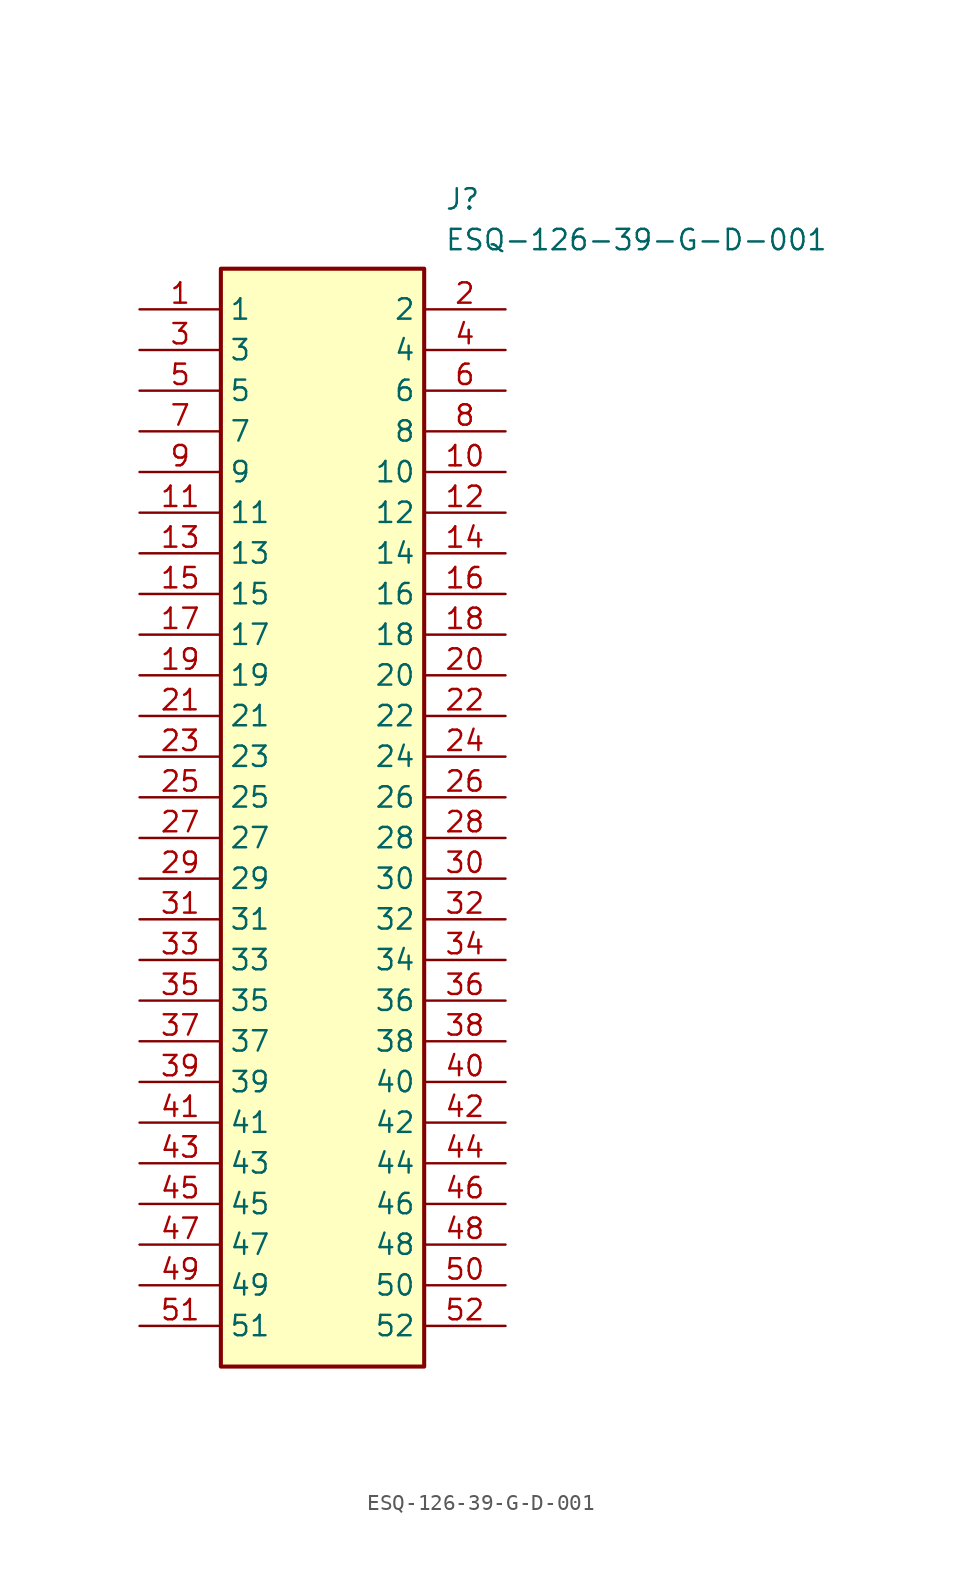
<source format=kicad_sym>
(kicad_symbol_lib
  (version 20241209)
  (generator "kicad_symbol_editor")
  (generator_version "9.0")
  (symbol "ESQ-126-39-G-D-001"
    (property "Reference" "J"
      (at 19.05 7.62 0)
      (effects (font (size 1.27 1.27)) (justify left top)))
    (property "Value" "ESQ-126-39-G-D-001"
      (at 19.05 5.08 0)
      (effects (font (size 1.27 1.27)) (justify left top)))
    (symbol "ESQ-126-39-G-D-001_1_1"
      (rectangle (start 5.08 2.54) (end 17.78 -66.04) (stroke (width 0.254) (type default)) (fill (type background)))
      (pin passive line (at 0 0 0) (length 5.08) (name "1" (effects (font (size 1.27 1.27)))) (number "1" (effects (font (size 1.27 1.27)))))
      (pin passive line (at 0 -2.54 0) (length 5.08) (name "3" (effects (font (size 1.27 1.27)))) (number "3" (effects (font (size 1.27 1.27)))))
      (pin passive line (at 0 -5.08 0) (length 5.08) (name "5" (effects (font (size 1.27 1.27)))) (number "5" (effects (font (size 1.27 1.27)))))
      (pin passive line (at 0 -7.62 0) (length 5.08) (name "7" (effects (font (size 1.27 1.27)))) (number "7" (effects (font (size 1.27 1.27)))))
      (pin passive line (at 0 -10.16 0) (length 5.08) (name "9" (effects (font (size 1.27 1.27)))) (number "9" (effects (font (size 1.27 1.27)))))
      (pin passive line (at 0 -12.7 0) (length 5.08) (name "11" (effects (font (size 1.27 1.27)))) (number "11" (effects (font (size 1.27 1.27)))))
      (pin passive line (at 0 -15.24 0) (length 5.08) (name "13" (effects (font (size 1.27 1.27)))) (number "13" (effects (font (size 1.27 1.27)))))
      (pin passive line (at 0 -17.78 0) (length 5.08) (name "15" (effects (font (size 1.27 1.27)))) (number "15" (effects (font (size 1.27 1.27)))))
      (pin passive line (at 0 -20.32 0) (length 5.08) (name "17" (effects (font (size 1.27 1.27)))) (number "17" (effects (font (size 1.27 1.27)))))
      (pin passive line (at 0 -22.86 0) (length 5.08) (name "19" (effects (font (size 1.27 1.27)))) (number "19" (effects (font (size 1.27 1.27)))))
      (pin passive line (at 0 -25.4 0) (length 5.08) (name "21" (effects (font (size 1.27 1.27)))) (number "21" (effects (font (size 1.27 1.27)))))
      (pin passive line (at 0 -27.94 0) (length 5.08) (name "23" (effects (font (size 1.27 1.27)))) (number "23" (effects (font (size 1.27 1.27)))))
      (pin passive line (at 0 -30.48 0) (length 5.08) (name "25" (effects (font (size 1.27 1.27)))) (number "25" (effects (font (size 1.27 1.27)))))
      (pin passive line (at 0 -33.02 0) (length 5.08) (name "27" (effects (font (size 1.27 1.27)))) (number "27" (effects (font (size 1.27 1.27)))))
      (pin passive line (at 0 -35.56 0) (length 5.08) (name "29" (effects (font (size 1.27 1.27)))) (number "29" (effects (font (size 1.27 1.27)))))
      (pin passive line (at 0 -38.1 0) (length 5.08) (name "31" (effects (font (size 1.27 1.27)))) (number "31" (effects (font (size 1.27 1.27)))))
      (pin passive line (at 0 -40.64 0) (length 5.08) (name "33" (effects (font (size 1.27 1.27)))) (number "33" (effects (font (size 1.27 1.27)))))
      (pin passive line (at 0 -43.18 0) (length 5.08) (name "35" (effects (font (size 1.27 1.27)))) (number "35" (effects (font (size 1.27 1.27)))))
      (pin passive line (at 0 -45.72 0) (length 5.08) (name "37" (effects (font (size 1.27 1.27)))) (number "37" (effects (font (size 1.27 1.27)))))
      (pin passive line (at 0 -48.26 0) (length 5.08) (name "39" (effects (font (size 1.27 1.27)))) (number "39" (effects (font (size 1.27 1.27)))))
      (pin passive line (at 0 -50.8 0) (length 5.08) (name "41" (effects (font (size 1.27 1.27)))) (number "41" (effects (font (size 1.27 1.27)))))
      (pin passive line (at 0 -53.34 0) (length 5.08) (name "43" (effects (font (size 1.27 1.27)))) (number "43" (effects (font (size 1.27 1.27)))))
      (pin passive line (at 0 -55.88 0) (length 5.08) (name "45" (effects (font (size 1.27 1.27)))) (number "45" (effects (font (size 1.27 1.27)))))
      (pin passive line (at 0 -58.42 0) (length 5.08) (name "47" (effects (font (size 1.27 1.27)))) (number "47" (effects (font (size 1.27 1.27)))))
      (pin passive line (at 0 -60.96 0) (length 5.08) (name "49" (effects (font (size 1.27 1.27)))) (number "49" (effects (font (size 1.27 1.27)))))
      (pin passive line (at 0 -63.5 0) (length 5.08) (name "51" (effects (font (size 1.27 1.27)))) (number "51" (effects (font (size 1.27 1.27)))))
      (pin passive line (at 22.86 0 180) (length 5.08) (name "2" (effects (font (size 1.27 1.27)))) (number "2" (effects (font (size 1.27 1.27)))))
      (pin passive line (at 22.86 -2.54 180) (length 5.08) (name "4" (effects (font (size 1.27 1.27)))) (number "4" (effects (font (size 1.27 1.27)))))
      (pin passive line (at 22.86 -5.08 180) (length 5.08) (name "6" (effects (font (size 1.27 1.27)))) (number "6" (effects (font (size 1.27 1.27)))))
      (pin passive line (at 22.86 -7.62 180) (length 5.08) (name "8" (effects (font (size 1.27 1.27)))) (number "8" (effects (font (size 1.27 1.27)))))
      (pin passive line (at 22.86 -10.16 180) (length 5.08) (name "10" (effects (font (size 1.27 1.27)))) (number "10" (effects (font (size 1.27 1.27)))))
      (pin passive line (at 22.86 -12.7 180) (length 5.08) (name "12" (effects (font (size 1.27 1.27)))) (number "12" (effects (font (size 1.27 1.27)))))
      (pin passive line (at 22.86 -15.24 180) (length 5.08) (name "14" (effects (font (size 1.27 1.27)))) (number "14" (effects (font (size 1.27 1.27)))))
      (pin passive line (at 22.86 -17.78 180) (length 5.08) (name "16" (effects (font (size 1.27 1.27)))) (number "16" (effects (font (size 1.27 1.27)))))
      (pin passive line (at 22.86 -20.32 180) (length 5.08) (name "18" (effects (font (size 1.27 1.27)))) (number "18" (effects (font (size 1.27 1.27)))))
      (pin passive line (at 22.86 -22.86 180) (length 5.08) (name "20" (effects (font (size 1.27 1.27)))) (number "20" (effects (font (size 1.27 1.27)))))
      (pin passive line (at 22.86 -25.4 180) (length 5.08) (name "22" (effects (font (size 1.27 1.27)))) (number "22" (effects (font (size 1.27 1.27)))))
      (pin passive line (at 22.86 -27.94 180) (length 5.08) (name "24" (effects (font (size 1.27 1.27)))) (number "24" (effects (font (size 1.27 1.27)))))
      (pin passive line (at 22.86 -30.48 180) (length 5.08) (name "26" (effects (font (size 1.27 1.27)))) (number "26" (effects (font (size 1.27 1.27)))))
      (pin passive line (at 22.86 -33.02 180) (length 5.08) (name "28" (effects (font (size 1.27 1.27)))) (number "28" (effects (font (size 1.27 1.27)))))
      (pin passive line (at 22.86 -35.56 180) (length 5.08) (name "30" (effects (font (size 1.27 1.27)))) (number "30" (effects (font (size 1.27 1.27)))))
      (pin passive line (at 22.86 -38.1 180) (length 5.08) (name "32" (effects (font (size 1.27 1.27)))) (number "32" (effects (font (size 1.27 1.27)))))
      (pin passive line (at 22.86 -40.64 180) (length 5.08) (name "34" (effects (font (size 1.27 1.27)))) (number "34" (effects (font (size 1.27 1.27)))))
      (pin passive line (at 22.86 -43.18 180) (length 5.08) (name "36" (effects (font (size 1.27 1.27)))) (number "36" (effects (font (size 1.27 1.27)))))
      (pin passive line (at 22.86 -45.72 180) (length 5.08) (name "38" (effects (font (size 1.27 1.27)))) (number "38" (effects (font (size 1.27 1.27)))))
      (pin passive line (at 22.86 -48.26 180) (length 5.08) (name "40" (effects (font (size 1.27 1.27)))) (number "40" (effects (font (size 1.27 1.27)))))
      (pin passive line (at 22.86 -50.8 180) (length 5.08) (name "42" (effects (font (size 1.27 1.27)))) (number "42" (effects (font (size 1.27 1.27)))))
      (pin passive line (at 22.86 -53.34 180) (length 5.08) (name "44" (effects (font (size 1.27 1.27)))) (number "44" (effects (font (size 1.27 1.27)))))
      (pin passive line (at 22.86 -55.88 180) (length 5.08) (name "46" (effects (font (size 1.27 1.27)))) (number "46" (effects (font (size 1.27 1.27)))))
      (pin passive line (at 22.86 -58.42 180) (length 5.08) (name "48" (effects (font (size 1.27 1.27)))) (number "48" (effects (font (size 1.27 1.27)))))
      (pin passive line (at 22.86 -60.96 180) (length 5.08) (name "50" (effects (font (size 1.27 1.27)))) (number "50" (effects (font (size 1.27 1.27)))))
      (pin passive line (at 22.86 -63.5 180) (length 5.08) (name "52" (effects (font (size 1.27 1.27)))) (number "52" (effects (font (size 1.27 1.27))))))))
</source>
